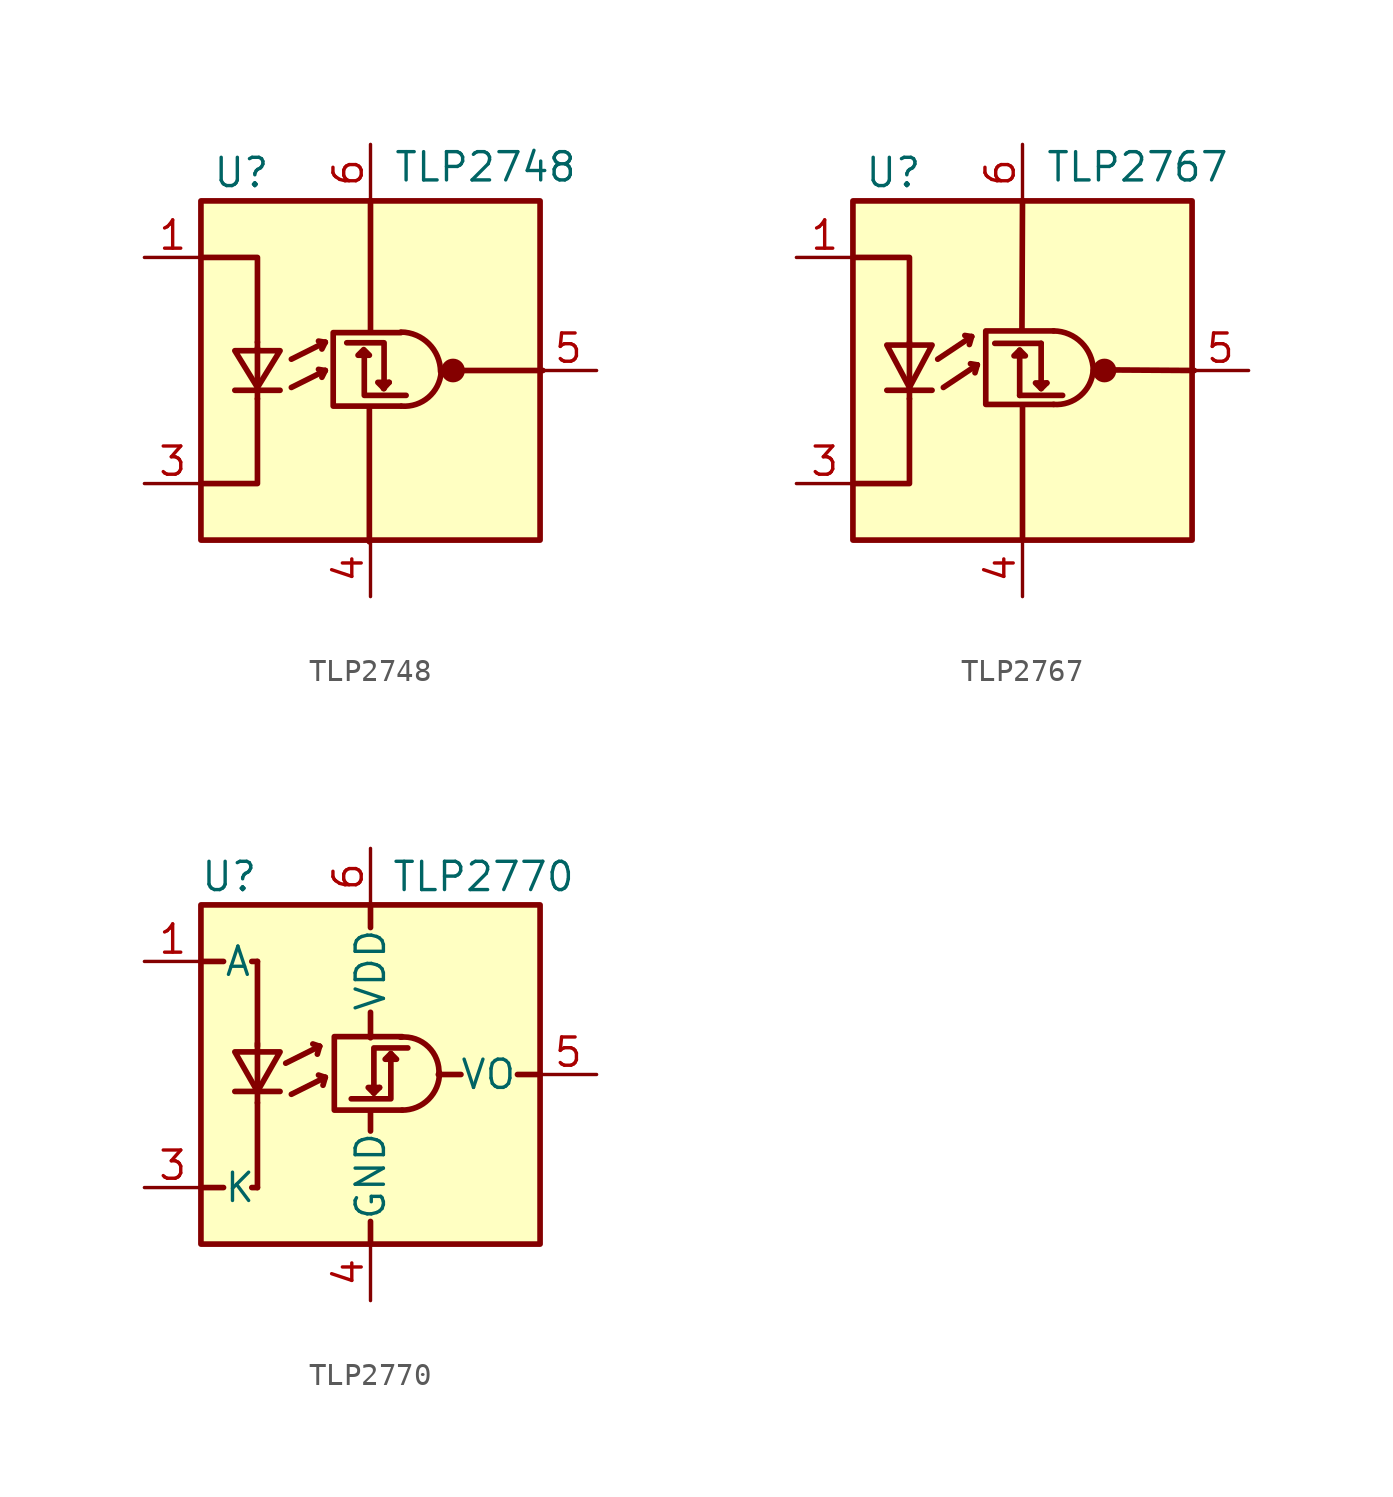
<source format=kicad_sym>
(kicad_symbol_lib
  (version 20220914)
  (generator kicad_symbol_editor)
  (symbol "TLP2748"
    (pin_names
      (offset 1.016) hide)
    (property "Reference" "U"
      (at -7.112 8.89 0)
      (effects (font (size 1.27 1.27)) (justify left)))
    (property "Value" "TLP2748"
      (at 1.016 9.144 0)
      (effects (font (size 1.27 1.27)) (justify left)))
    (symbol "TLP2748_0_1"
      (rectangle (start -7.62 7.62) (end 7.62 -7.62) (stroke (width 0.254) (type default)) (fill (type background)))
      (polyline (pts (xy -6.096 -0.889) (xy -4.064 -0.889)) (stroke (width 0.254) (type default)) (fill (type none)))
      (polyline (pts (xy -5.08 -1.27) (xy -5.08 -0.914)) (stroke (width 0.254) (type default)) (fill (type none)))
      (polyline (pts (xy -5.08 1.016) (xy -5.08 -0.762)) (stroke (width 0.254) (type default)) (fill (type none)))
      (polyline (pts (xy -5.08 1.27) (xy -5.08 0.914)) (stroke (width 0.254) (type default)) (fill (type none)))
      (polyline (pts (xy -3.556 -0.762) (xy -2.032 0)) (stroke (width 0.254) (type default)) (fill (type none)))
      (polyline (pts (xy -3.556 0.508) (xy -2.032 1.27)) (stroke (width 0.254) (type default)) (fill (type none)))
      (polyline (pts (xy -2.032 0) (xy -2.337 0.051)) (stroke (width 0.254) (type default)) (fill (type none)))
      (polyline (pts (xy -2.032 0) (xy -2.184 -0.305)) (stroke (width 0.254) (type default)) (fill (type none)))
      (polyline (pts (xy -2.032 1.27) (xy -2.337 1.321)) (stroke (width 0.254) (type default)) (fill (type none)))
      (polyline (pts (xy -2.032 1.27) (xy -2.184 0.965)) (stroke (width 0.254) (type default)) (fill (type none)))
      (polyline (pts (xy -0.051 -7.696) (xy -0.051 -1.727)) (stroke (width 0.254) (type default)) (fill (type none)))
      (polyline (pts (xy 0 7.645) (xy 0 1.803)) (stroke (width 0.254) (type default)) (fill (type none)))
      (polyline (pts (xy 0.838 -0.533) (xy 0.584 -0.813)) (stroke (width 0.254) (type default)) (fill (type none)))
      (polyline (pts (xy 7.747 0) (xy 4.064 0)) (stroke (width 0.254) (type default)) (fill (type none)))
      (polyline (pts (xy -7.62 -5.08) (xy -5.08 -5.08) (xy -5.08 -1.27)) (stroke (width 0.254) (type default)) (fill (type none)))
      (polyline (pts (xy -5.08 1.27) (xy -5.08 5.08) (xy -7.62 5.08)) (stroke (width 0.254) (type default)) (fill (type none)))
      (polyline (pts (xy -0.279 0.66) (xy -0.279 -1.118) (xy 1.6 -1.118)) (stroke (width 0.254) (type default)) (fill (type none)))
      (polyline (pts (xy 0.584 -0.787) (xy 0.33 -0.533) (xy 0.838 -0.533)) (stroke (width 0.254) (type default)) (fill (type none)))
      (polyline (pts (xy 0.61 -0.813) (xy 0.61 1.245) (xy -1.067 1.245)) (stroke (width 0.254) (type default)) (fill (type none)))
      (polyline (pts (xy -6.096 0.889) (xy -4.064 0.889) (xy -5.08 -0.762) (xy -6.096 0.889)) (stroke (width 0.254) (type default)) (fill (type none)))
      (polyline (pts (xy -0.305 0.94) (xy -0.559 0.686) (xy -0.051 0.686) (xy -0.305 0.94)) (stroke (width 0.254) (type default)) (fill (type none)))
      (polyline (pts (xy 1.372 1.702) (xy -1.676 1.702) (xy -1.676 -1.6) (xy 1.372 -1.6)) (stroke (width 0.254) (type default)) (fill (type none)))
      (arc (start 1.397 -1.6002) (mid 2.6016 -1.2064) (end 3.175 -0.0762) (stroke (width 0.254) (type default)) (fill (type none)))
      (arc (start 3.1496 -0.0508) (mid 2.6235 1.2011) (end 1.3716 1.7272) (stroke (width 0.254) (type default)) (fill (type none)))
      (circle (center 3.708 0) (radius 0.457) (stroke (width 0) (type default)) (fill (type outline))))
    (symbol "TLP2748_1_1"
      (pin passive line (at -10.16 5.08 0) (length 2.54) (name "A" (effects (font (size 1.27 1.27)))) (number "1" (effects (font (size 1.27 1.27)))))
      (pin no_connect line (at -7.62 0 0) (length 2.54) hide (name "NC" (effects (font (size 1.27 1.27)))) (number "2" (effects (font (size 1.27 1.27)))))
      (pin passive line (at -10.16 -5.08 0) (length 2.54) (name "K" (effects (font (size 1.27 1.27)))) (number "3" (effects (font (size 1.27 1.27)))))
      (pin power_in line (at 0 -10.16 90) (length 2.54) (name "GND" (effects (font (size 1.27 1.27)))) (number "4" (effects (font (size 1.27 1.27)))))
      (pin output line (at 10.16 0 180) (length 2.54) (name "VO" (effects (font (size 1.27 1.27)))) (number "5" (effects (font (size 1.27 1.27)))))
      (pin power_in line (at 0 10.16 270) (length 2.54) (name "VDD" (effects (font (size 1.27 1.27)))) (number "6" (effects (font (size 1.27 1.27)))))))
  (symbol "TLP2767"
    (pin_names
      (offset 1.016) hide)
    (property "Reference" "U"
      (at -7.112 8.89 0)
      (effects (font (size 1.27 1.27)) (justify left)))
    (property "Value" "TLP2767"
      (at 1.016 9.144 0)
      (effects (font (size 1.27 1.27)) (justify left)))
    (symbol "TLP2767_0_1"
      (rectangle (start -7.62 7.62) (end 7.62 -7.62) (stroke (width 0.254) (type default)) (fill (type background)))
      (polyline (pts (xy -6.096 -0.889) (xy -4.064 -0.889)) (stroke (width 0.254) (type default)) (fill (type none)))
      (polyline (pts (xy -5.08 -1.27) (xy -5.08 -0.762)) (stroke (width 0.254) (type default)) (fill (type none)))
      (polyline (pts (xy -5.08 1.27) (xy -5.08 -0.762)) (stroke (width 0.254) (type default)) (fill (type none)))
      (polyline (pts (xy -3.81 0.508) (xy -2.286 1.524)) (stroke (width 0.254) (type default)) (fill (type none)))
      (polyline (pts (xy -3.556 -0.762) (xy -2.032 0.254)) (stroke (width 0.254) (type default)) (fill (type none)))
      (polyline (pts (xy -2.286 1.524) (xy -2.591 1.575)) (stroke (width 0.254) (type default)) (fill (type none)))
      (polyline (pts (xy -2.286 1.524) (xy -2.388 1.168)) (stroke (width 0.254) (type default)) (fill (type none)))
      (polyline (pts (xy -2.032 0.254) (xy -2.337 0.305)) (stroke (width 0.254) (type default)) (fill (type none)))
      (polyline (pts (xy -2.032 0.254) (xy -2.134 -0.102)) (stroke (width 0.254) (type default)) (fill (type none)))
      (polyline (pts (xy -0.127 -1.118) (xy 1.803 -1.118)) (stroke (width 0.254) (type default)) (fill (type none)))
      (polyline (pts (xy -0.127 0.914) (xy -0.127 -1.118)) (stroke (width 0.254) (type default)) (fill (type none)))
      (polyline (pts (xy 0 -7.595) (xy 0 -1.575)) (stroke (width 0.254) (type default)) (fill (type none)))
      (polyline (pts (xy 0 7.645) (xy -0.025 1.829)) (stroke (width 0.254) (type default)) (fill (type none)))
      (polyline (pts (xy 0.838 1.219) (xy -1.245 1.219)) (stroke (width 0.254) (type default)) (fill (type none)))
      (polyline (pts (xy 4.064 0.025) (xy 7.722 0)) (stroke (width 0.254) (type default)) (fill (type none)))
      (polyline (pts (xy -7.62 -5.08) (xy -5.08 -5.08) (xy -5.08 -1.27)) (stroke (width 0.254) (type default)) (fill (type none)))
      (polyline (pts (xy -5.08 1.27) (xy -5.08 5.08) (xy -7.62 5.08)) (stroke (width 0.254) (type default)) (fill (type none)))
      (polyline (pts (xy 0.838 -0.813) (xy 0.584 -0.559) (xy 1.092 -0.559)) (stroke (width 0.254) (type default)) (fill (type none)))
      (polyline (pts (xy 0.838 1.219) (xy 0.838 -0.813) (xy 1.092 -0.559)) (stroke (width 0.254) (type default)) (fill (type none)))
      (polyline (pts (xy -6.096 1.143) (xy -4.064 1.143) (xy -5.08 -0.762) (xy -6.096 1.143)) (stroke (width 0.254) (type default)) (fill (type none)))
      (polyline (pts (xy -0.127 0.914) (xy -0.381 0.66) (xy 0.127 0.66) (xy -0.127 0.914)) (stroke (width 0.254) (type default)) (fill (type none)))
      (polyline (pts (xy 1.397 1.778) (xy -1.651 1.778) (xy -1.651 -1.524) (xy 1.397 -1.524)) (stroke (width 0.254) (type default)) (fill (type none)))
      (arc (start 1.397 -1.524) (mid 2.6016 -1.1302) (end 3.175 0) (stroke (width 0.254) (type default)) (fill (type none)))
      (arc (start 3.175 0) (mid 2.6489 1.2519) (end 1.397 1.778) (stroke (width 0.254) (type default)) (fill (type none)))
      (circle (center 3.683 0) (radius 0.457) (stroke (width 0) (type default)) (fill (type outline))))
    (symbol "TLP2767_1_1"
      (pin passive line (at -10.16 5.08 0) (length 2.54) (name "A" (effects (font (size 1.27 1.27)))) (number "1" (effects (font (size 1.27 1.27)))))
      (pin no_connect line (at -7.62 0 0) (length 2.54) hide (name "NC" (effects (font (size 1.27 1.27)))) (number "2" (effects (font (size 1.27 1.27)))))
      (pin passive line (at -10.16 -5.08 0) (length 2.54) (name "K" (effects (font (size 1.27 1.27)))) (number "3" (effects (font (size 1.27 1.27)))))
      (pin power_in line (at 0 -10.16 90) (length 2.54) (name "GND" (effects (font (size 1.27 1.27)))) (number "4" (effects (font (size 1.27 1.27)))))
      (pin output line (at 10.16 0 180) (length 2.54) (name "VO" (effects (font (size 1.27 1.27)))) (number "5" (effects (font (size 1.27 1.27)))))
      (pin power_in line (at 0 10.16 270) (length 2.54) (name "VDD" (effects (font (size 1.27 1.27)))) (number "6" (effects (font (size 1.27 1.27)))))))
  (symbol "TLP2770"
    (pin_names
      (offset 1.016))
    (property "Reference" "U"
      (at -6.35 8.89 0)
      (effects (font (size 1.27 1.27))))
    (property "Value" "TLP2770"
      (at 5.08 8.89 0)
      (effects (font (size 1.27 1.27))))
    (symbol "TLP2770_0_1"
      (polyline (pts (xy -7.62 -5.08) (xy -6.604 -5.08)) (stroke (width 0.254) (type default)) (fill (type none)))
      (polyline (pts (xy -7.62 5.08) (xy -6.604 5.08)) (stroke (width 0.254) (type default)) (fill (type none)))
      (polyline (pts (xy -5.08 -5.08) (xy -5.334 -5.08)) (stroke (width 0.254) (type default)) (fill (type none)))
      (polyline (pts (xy -5.08 -1.27) (xy -5.08 -5.08)) (stroke (width 0.254) (type default)) (fill (type none)))
      (polyline (pts (xy -5.08 1.27) (xy -5.08 5.08)) (stroke (width 0.254) (type default)) (fill (type none)))
      (polyline (pts (xy -5.08 5.08) (xy -5.334 5.08)) (stroke (width 0.254) (type default)) (fill (type none)))
      (polyline (pts (xy 0 -7.62) (xy 0 -6.604)) (stroke (width 0.254) (type default)) (fill (type none)))
      (polyline (pts (xy 0 -1.651) (xy 0 -2.54)) (stroke (width 0.254) (type default)) (fill (type none)))
      (polyline (pts (xy 0 1.651) (xy 0 2.794)) (stroke (width 0.254) (type default)) (fill (type none)))
      (polyline (pts (xy 0 7.62) (xy 0 6.604)) (stroke (width 0.254) (type default)) (fill (type none)))
      (polyline (pts (xy 3.048 0) (xy 4.064 0)) (stroke (width 0.254) (type default)) (fill (type none)))
      (polyline (pts (xy 7.62 0) (xy 6.604 0)) (stroke (width 0.254) (type default)) (fill (type none))))
    (symbol "TLP2770_1_1"
      (rectangle (start -7.62 7.62) (end 7.62 -7.62) (stroke (width 0.254) (type default)) (fill (type background)))
      (polyline (pts (xy -6.096 -0.762) (xy -4.064 -0.762)) (stroke (width 0.254) (type default)) (fill (type none)))
      (polyline (pts (xy -5.08 -0.762) (xy -5.08 -1.27)) (stroke (width 0.254) (type default)) (fill (type none)))
      (polyline (pts (xy -5.08 1.016) (xy -5.08 -0.762)) (stroke (width 0.254) (type default)) (fill (type none)))
      (polyline (pts (xy -5.08 1.016) (xy -5.08 1.397)) (stroke (width 0.254) (type default)) (fill (type none)))
      (polyline (pts (xy -3.81 0.508) (xy -2.286 1.27)) (stroke (width 0.254) (type default)) (fill (type none)))
      (polyline (pts (xy -3.556 -0.889) (xy -2.032 -0.127)) (stroke (width 0.254) (type default)) (fill (type none)))
      (polyline (pts (xy -2.286 1.27) (xy -2.591 1.372)) (stroke (width 0.254) (type default)) (fill (type none)))
      (polyline (pts (xy -2.286 1.27) (xy -2.388 0.914)) (stroke (width 0.254) (type default)) (fill (type none)))
      (polyline (pts (xy -2.032 -0.127) (xy -2.337 -0.025)) (stroke (width 0.254) (type default)) (fill (type none)))
      (polyline (pts (xy -2.032 -0.127) (xy -2.134 -0.483)) (stroke (width 0.254) (type default)) (fill (type none)))
      (polyline (pts (xy 0.152 -0.838) (xy -0.102 -0.584) (xy 0.406 -0.584)) (stroke (width 0.254) (type default)) (fill (type none)))
      (polyline (pts (xy 0.914 0.94) (xy 0.914 -1.092) (xy -0.864 -1.092)) (stroke (width 0.254) (type default)) (fill (type none)))
      (polyline (pts (xy -6.096 1.016) (xy -4.064 1.016) (xy -5.08 -0.762) (xy -6.096 1.016)) (stroke (width 0.254) (type default)) (fill (type none)))
      (polyline (pts (xy 0.914 0.94) (xy 0.66 0.686) (xy 1.168 0.686) (xy 0.914 0.94)) (stroke (width 0.254) (type default)) (fill (type none)))
      (polyline (pts (xy 1.422 1.702) (xy -1.626 1.702) (xy -1.626 -1.6) (xy 1.422 -1.6)) (stroke (width 0.254) (type default)) (fill (type none)))
      (polyline (pts (xy 1.676 1.194) (xy 0.152 1.194) (xy 0.152 -0.838) (xy 0.406 -0.584)) (stroke (width 0.254) (type default)) (fill (type none)))
      (arc (start 1.4224 -1.6002) (mid 2.6101 -1.1115) (end 3.0988 0.0762) (stroke (width 0.254) (type default)) (fill (type none)))
      (arc (start 3.0734 0) (mid 2.6011 1.2413) (end 1.3462 1.6764) (stroke (width 0.254) (type default)) (fill (type none)))
      (pin passive line (at -10.16 5.08 0) (length 2.54) (name "A" (effects (font (size 1.27 1.27)))) (number "1" (effects (font (size 1.27 1.27)))))
      (pin no_connect line (at -7.62 0 0) (length 2.54) hide (name "NC" (effects (font (size 1.27 1.27)))) (number "2" (effects (font (size 1.27 1.27)))))
      (pin passive line (at -10.16 -5.08 0) (length 2.54) (name "K" (effects (font (size 1.27 1.27)))) (number "3" (effects (font (size 1.27 1.27)))))
      (pin power_in line (at 0 -10.16 90) (length 2.54) (name "GND" (effects (font (size 1.27 1.27)))) (number "4" (effects (font (size 1.27 1.27)))))
      (pin output line (at 10.16 0 180) (length 2.54) (name "VO" (effects (font (size 1.27 1.27)))) (number "5" (effects (font (size 1.27 1.27)))))
      (pin power_in line (at 0 10.16 270) (length 2.54) (name "VDD" (effects (font (size 1.27 1.27)))) (number "6" (effects (font (size 1.27 1.27))))))))
</source>
